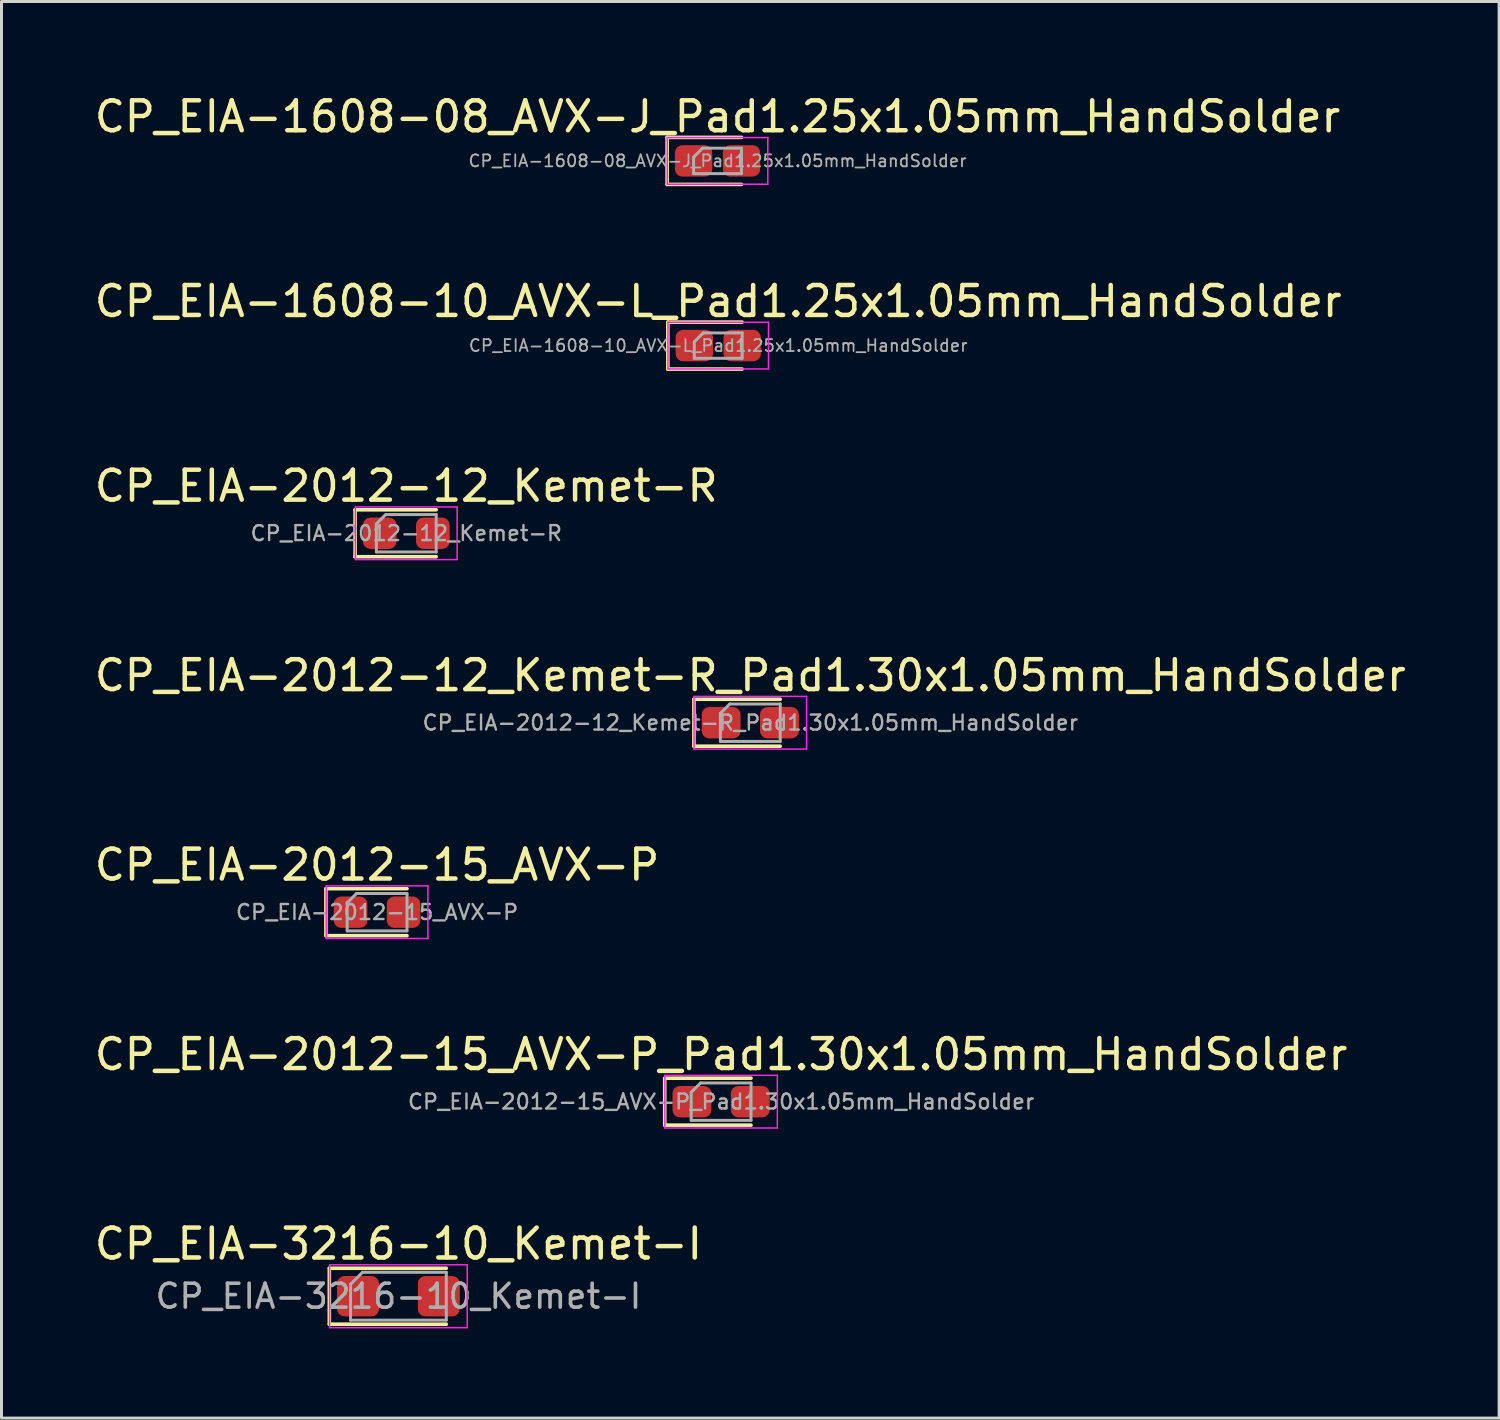
<source format=kicad_pcb>
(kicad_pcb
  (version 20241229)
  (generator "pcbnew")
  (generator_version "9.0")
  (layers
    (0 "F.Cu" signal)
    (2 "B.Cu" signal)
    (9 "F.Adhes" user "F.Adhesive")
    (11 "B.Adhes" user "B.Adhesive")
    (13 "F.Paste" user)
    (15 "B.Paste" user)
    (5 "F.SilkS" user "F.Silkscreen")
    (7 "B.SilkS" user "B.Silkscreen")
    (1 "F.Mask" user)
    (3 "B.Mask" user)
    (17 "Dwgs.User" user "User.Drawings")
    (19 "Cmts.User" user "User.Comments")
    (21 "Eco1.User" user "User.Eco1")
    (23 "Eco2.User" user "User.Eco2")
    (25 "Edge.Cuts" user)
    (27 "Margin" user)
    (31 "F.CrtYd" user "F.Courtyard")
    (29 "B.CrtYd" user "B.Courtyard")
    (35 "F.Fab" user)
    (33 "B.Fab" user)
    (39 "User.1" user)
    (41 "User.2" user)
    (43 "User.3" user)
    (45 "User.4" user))
  (footprint "CP_EIA-3216-10_Kemet-I"
    (layer "F.Cu")
    (at 10.268 40.278)
    (property "Reference" "CP_EIA-3216-10_Kemet-I" (at 0 -1.75 0) (layer "F.SilkS") (effects (font (size 1 1) (thickness 0.15))))
    (attr smd)
    (fp_line (start -2.31 -0.935) (end -2.31 0.935) (stroke (width 0.12) (type solid)) (layer "F.SilkS"))
    (fp_line (start -2.31 0.935) (end 1.6 0.935) (stroke (width 0.12) (type solid)) (layer "F.SilkS"))
    (fp_line (start 1.6 -0.935) (end -2.31 -0.935) (stroke (width 0.12) (type solid)) (layer "F.SilkS"))
    (fp_line (start -2.3 -1.05) (end 2.3 -1.05) (stroke (width 0.05) (type solid)) (layer "F.CrtYd"))
    (fp_line (start -2.3 1.05) (end -2.3 -1.05) (stroke (width 0.05) (type solid)) (layer "F.CrtYd"))
    (fp_line (start 2.3 -1.05) (end 2.3 1.05) (stroke (width 0.05) (type solid)) (layer "F.CrtYd"))
    (fp_line (start 2.3 1.05) (end -2.3 1.05) (stroke (width 0.05) (type solid)) (layer "F.CrtYd"))
    (fp_line (start -1.6 -0.4) (end -1.6 0.8) (stroke (width 0.1) (type solid)) (layer "F.Fab"))
    (fp_line (start -1.6 0.8) (end 1.6 0.8) (stroke (width 0.1) (type solid)) (layer "F.Fab"))
    (fp_line (start -1.2 -0.8) (end -1.6 -0.4) (stroke (width 0.1) (type solid)) (layer "F.Fab"))
    (fp_line (start 1.6 -0.8) (end -1.2 -0.8) (stroke (width 0.1) (type solid)) (layer "F.Fab"))
    (fp_line (start 1.6 0.8) (end 1.6 -0.8) (stroke (width 0.1) (type solid)) (layer "F.Fab"))
    (fp_text user "${REFERENCE}" (at 0 0 0) (layer "F.Fab") (effects (font (size 0.8 0.8) (thickness 0.12))))
    (pad "1" smd roundrect (at -1.35 0) (size 1.4 1.35) (layers "F.Cu" "F.Mask" "F.Paste") (roundrect_rratio 0.185))
    (pad "2" smd roundrect (at 1.35 0) (size 1.4 1.35) (layers "F.Cu" "F.Mask" "F.Paste") (roundrect_rratio 0.185)))
  (footprint "CP_EIA-2012-15_AVX-P_Pad1.30x1.05mm_HandSolder"
    (layer "F.Cu")
    (at 21.054 33.775)
    (property "Reference" "CP_EIA-2012-15_AVX-P_Pad1.30x1.05mm_HandSolder" (at 0 -1.58 0) (layer "F.SilkS") (effects (font (size 1 1) (thickness 0.15))))
    (attr smd)
    (fp_line (start -1.885 -0.785) (end -1.885 0.785) (stroke (width 0.12) (type solid)) (layer "F.SilkS"))
    (fp_line (start -1.885 0.785) (end 1 0.785) (stroke (width 0.12) (type solid)) (layer "F.SilkS"))
    (fp_line (start 1 -0.785) (end -1.885 -0.785) (stroke (width 0.12) (type solid)) (layer "F.SilkS"))
    (fp_line (start -1.88 -0.88) (end 1.88 -0.88) (stroke (width 0.05) (type solid)) (layer "F.CrtYd"))
    (fp_line (start -1.88 0.88) (end -1.88 -0.88) (stroke (width 0.05) (type solid)) (layer "F.CrtYd"))
    (fp_line (start 1.88 -0.88) (end 1.88 0.88) (stroke (width 0.05) (type solid)) (layer "F.CrtYd"))
    (fp_line (start 1.88 0.88) (end -1.88 0.88) (stroke (width 0.05) (type solid)) (layer "F.CrtYd"))
    (fp_line (start -1 -0.312) (end -1 0.625) (stroke (width 0.1) (type solid)) (layer "F.Fab"))
    (fp_line (start -1 0.625) (end 1 0.625) (stroke (width 0.1) (type solid)) (layer "F.Fab"))
    (fp_line (start -0.688 -0.625) (end -1 -0.312) (stroke (width 0.1) (type solid)) (layer "F.Fab"))
    (fp_line (start 1 -0.625) (end -0.688 -0.625) (stroke (width 0.1) (type solid)) (layer "F.Fab"))
    (fp_line (start 1 0.625) (end 1 -0.625) (stroke (width 0.1) (type solid)) (layer "F.Fab"))
    (fp_text user "${REFERENCE}" (at 0 0 0) (layer "F.Fab") (effects (font (size 0.5 0.5) (thickness 0.08))))
    (pad "1" smd roundrect (at -0.975 0) (size 1.3 1.05) (layers "F.Cu" "F.Mask" "F.Paste") (roundrect_rratio 0.238))
    (pad "2" smd roundrect (at 0.975 0) (size 1.3 1.05) (layers "F.Cu" "F.Mask" "F.Paste") (roundrect_rratio 0.238)))
  (footprint "CP_EIA-2012-12_Kemet-R"
    (layer "F.Cu")
    (at 10.53 14.775)
    (property "Reference" "CP_EIA-2012-12_Kemet-R" (at 0 -1.58 0) (layer "F.SilkS") (effects (font (size 1 1) (thickness 0.15))))
    (attr smd)
    (fp_line (start -1.71 -0.785) (end -1.71 0.785) (stroke (width 0.12) (type solid)) (layer "F.SilkS"))
    (fp_line (start -1.71 0.785) (end 1 0.785) (stroke (width 0.12) (type solid)) (layer "F.SilkS"))
    (fp_line (start 1 -0.785) (end -1.71 -0.785) (stroke (width 0.12) (type solid)) (layer "F.SilkS"))
    (fp_line (start -1.7 -0.88) (end 1.7 -0.88) (stroke (width 0.05) (type solid)) (layer "F.CrtYd"))
    (fp_line (start -1.7 0.88) (end -1.7 -0.88) (stroke (width 0.05) (type solid)) (layer "F.CrtYd"))
    (fp_line (start 1.7 -0.88) (end 1.7 0.88) (stroke (width 0.05) (type solid)) (layer "F.CrtYd"))
    (fp_line (start 1.7 0.88) (end -1.7 0.88) (stroke (width 0.05) (type solid)) (layer "F.CrtYd"))
    (fp_line (start -1 -0.312) (end -1 0.625) (stroke (width 0.1) (type solid)) (layer "F.Fab"))
    (fp_line (start -1 0.625) (end 1 0.625) (stroke (width 0.1) (type solid)) (layer "F.Fab"))
    (fp_line (start -0.688 -0.625) (end -1 -0.312) (stroke (width 0.1) (type solid)) (layer "F.Fab"))
    (fp_line (start 1 -0.625) (end -0.688 -0.625) (stroke (width 0.1) (type solid)) (layer "F.Fab"))
    (fp_line (start 1 0.625) (end 1 -0.625) (stroke (width 0.1) (type solid)) (layer "F.Fab"))
    (fp_text user "${REFERENCE}" (at 0 0 0) (layer "F.Fab") (effects (font (size 0.5 0.5) (thickness 0.08))))
    (pad "1" smd roundrect (at -0.887 0) (size 1.125 1.05) (layers "F.Cu" "F.Mask" "F.Paste") (roundrect_rratio 0.238))
    (pad "2" smd roundrect (at 0.887 0) (size 1.125 1.05) (layers "F.Cu" "F.Mask" "F.Paste") (roundrect_rratio 0.238)))
  (footprint "CP_EIA-2012-15_AVX-P"
    (layer "F.Cu")
    (at 9.554 27.441)
    (property "Reference" "CP_EIA-2012-15_AVX-P" (at 0 -1.58 0) (layer "F.SilkS") (effects (font (size 1 1) (thickness 0.15))))
    (attr smd)
    (fp_line (start -1.71 -0.785) (end -1.71 0.785) (stroke (width 0.12) (type solid)) (layer "F.SilkS"))
    (fp_line (start -1.71 0.785) (end 1 0.785) (stroke (width 0.12) (type solid)) (layer "F.SilkS"))
    (fp_line (start 1 -0.785) (end -1.71 -0.785) (stroke (width 0.12) (type solid)) (layer "F.SilkS"))
    (fp_line (start -1.7 -0.88) (end 1.7 -0.88) (stroke (width 0.05) (type solid)) (layer "F.CrtYd"))
    (fp_line (start -1.7 0.88) (end -1.7 -0.88) (stroke (width 0.05) (type solid)) (layer "F.CrtYd"))
    (fp_line (start 1.7 -0.88) (end 1.7 0.88) (stroke (width 0.05) (type solid)) (layer "F.CrtYd"))
    (fp_line (start 1.7 0.88) (end -1.7 0.88) (stroke (width 0.05) (type solid)) (layer "F.CrtYd"))
    (fp_line (start -1 -0.312) (end -1 0.625) (stroke (width 0.1) (type solid)) (layer "F.Fab"))
    (fp_line (start -1 0.625) (end 1 0.625) (stroke (width 0.1) (type solid)) (layer "F.Fab"))
    (fp_line (start -0.688 -0.625) (end -1 -0.312) (stroke (width 0.1) (type solid)) (layer "F.Fab"))
    (fp_line (start 1 -0.625) (end -0.688 -0.625) (stroke (width 0.1) (type solid)) (layer "F.Fab"))
    (fp_line (start 1 0.625) (end 1 -0.625) (stroke (width 0.1) (type solid)) (layer "F.Fab"))
    (fp_text user "${REFERENCE}" (at 0 0 0) (layer "F.Fab") (effects (font (size 0.5 0.5) (thickness 0.08))))
    (pad "1" smd roundrect (at -0.887 0) (size 1.125 1.05) (layers "F.Cu" "F.Mask" "F.Paste") (roundrect_rratio 0.238))
    (pad "2" smd roundrect (at 0.887 0) (size 1.125 1.05) (layers "F.Cu" "F.Mask" "F.Paste") (roundrect_rratio 0.238)))
  (footprint "CP_EIA-2012-12_Kemet-R_Pad1.30x1.05mm_HandSolder"
    (layer "F.Cu")
    (at 22.03 21.108)
    (property "Reference" "CP_EIA-2012-12_Kemet-R_Pad1.30x1.05mm_HandSolder" (at 0 -1.58 0) (layer "F.SilkS") (effects (font (size 1 1) (thickness 0.15))))
    (attr smd)
    (fp_line (start -1.885 -0.785) (end -1.885 0.785) (stroke (width 0.12) (type solid)) (layer "F.SilkS"))
    (fp_line (start -1.885 0.785) (end 1 0.785) (stroke (width 0.12) (type solid)) (layer "F.SilkS"))
    (fp_line (start 1 -0.785) (end -1.885 -0.785) (stroke (width 0.12) (type solid)) (layer "F.SilkS"))
    (fp_line (start -1.88 -0.88) (end 1.88 -0.88) (stroke (width 0.05) (type solid)) (layer "F.CrtYd"))
    (fp_line (start -1.88 0.88) (end -1.88 -0.88) (stroke (width 0.05) (type solid)) (layer "F.CrtYd"))
    (fp_line (start 1.88 -0.88) (end 1.88 0.88) (stroke (width 0.05) (type solid)) (layer "F.CrtYd"))
    (fp_line (start 1.88 0.88) (end -1.88 0.88) (stroke (width 0.05) (type solid)) (layer "F.CrtYd"))
    (fp_line (start -1 -0.312) (end -1 0.625) (stroke (width 0.1) (type solid)) (layer "F.Fab"))
    (fp_line (start -1 0.625) (end 1 0.625) (stroke (width 0.1) (type solid)) (layer "F.Fab"))
    (fp_line (start -0.688 -0.625) (end -1 -0.312) (stroke (width 0.1) (type solid)) (layer "F.Fab"))
    (fp_line (start 1 -0.625) (end -0.688 -0.625) (stroke (width 0.1) (type solid)) (layer "F.Fab"))
    (fp_line (start 1 0.625) (end 1 -0.625) (stroke (width 0.1) (type solid)) (layer "F.Fab"))
    (fp_text user "${REFERENCE}" (at 0 0 0) (layer "F.Fab") (effects (font (size 0.5 0.5) (thickness 0.08))))
    (pad "1" smd roundrect (at -0.975 0) (size 1.3 1.05) (layers "F.Cu" "F.Mask" "F.Paste") (roundrect_rratio 0.238))
    (pad "2" smd roundrect (at 0.975 0) (size 1.3 1.05) (layers "F.Cu" "F.Mask" "F.Paste") (roundrect_rratio 0.238)))
  (footprint "CP_EIA-1608-10_AVX-L_Pad1.25x1.05mm_HandSolder"
    (layer "F.Cu")
    (at 20.958 8.502)
    (property "Reference" "CP_EIA-1608-10_AVX-L_Pad1.25x1.05mm_HandSolder" (at 0 -1.48 0) (layer "F.SilkS") (effects (font (size 1 1) (thickness 0.15))))
    (attr smd)
    (fp_line (start -1.685 -0.785) (end -1.685 0.785) (stroke (width 0.12) (type solid)) (layer "F.SilkS"))
    (fp_line (start -1.685 0.785) (end 0.8 0.785) (stroke (width 0.12) (type solid)) (layer "F.SilkS"))
    (fp_line (start 0.8 -0.785) (end -1.685 -0.785) (stroke (width 0.12) (type solid)) (layer "F.SilkS"))
    (fp_line (start -1.68 -0.78) (end 1.68 -0.78) (stroke (width 0.05) (type solid)) (layer "F.CrtYd"))
    (fp_line (start -1.68 0.78) (end -1.68 -0.78) (stroke (width 0.05) (type solid)) (layer "F.CrtYd"))
    (fp_line (start 1.68 -0.78) (end 1.68 0.78) (stroke (width 0.05) (type solid)) (layer "F.CrtYd"))
    (fp_line (start 1.68 0.78) (end -1.68 0.78) (stroke (width 0.05) (type solid)) (layer "F.CrtYd"))
    (fp_line (start -0.8 -0.125) (end -0.8 0.425) (stroke (width 0.1) (type solid)) (layer "F.Fab"))
    (fp_line (start -0.8 0.425) (end 0.8 0.425) (stroke (width 0.1) (type solid)) (layer "F.Fab"))
    (fp_line (start -0.5 -0.425) (end -0.8 -0.125) (stroke (width 0.1) (type solid)) (layer "F.Fab"))
    (fp_line (start 0.8 -0.425) (end -0.5 -0.425) (stroke (width 0.1) (type solid)) (layer "F.Fab"))
    (fp_line (start 0.8 0.425) (end 0.8 -0.425) (stroke (width 0.1) (type solid)) (layer "F.Fab"))
    (fp_text user "${REFERENCE}" (at 0 0 0) (layer "F.Fab") (effects (font (size 0.4 0.4) (thickness 0.06))))
    (pad "1" smd roundrect (at -0.8 0) (size 1.25 1.05) (layers "F.Cu" "F.Mask" "F.Paste") (roundrect_rratio 0.238))
    (pad "2" smd roundrect (at 0.8 0) (size 1.25 1.05) (layers "F.Cu" "F.Mask" "F.Paste") (roundrect_rratio 0.238)))
  (footprint "CP_EIA-1608-08_AVX-J_Pad1.25x1.05mm_HandSolder"
    (layer "F.Cu")
    (at 20.935 2.328)
    (property "Reference" "CP_EIA-1608-08_AVX-J_Pad1.25x1.05mm_HandSolder" (at 0 -1.48 0) (layer "F.SilkS") (effects (font (size 1 1) (thickness 0.15))))
    (attr smd)
    (fp_line (start -1.685 -0.785) (end -1.685 0.785) (stroke (width 0.12) (type solid)) (layer "F.SilkS"))
    (fp_line (start -1.685 0.785) (end 0.8 0.785) (stroke (width 0.12) (type solid)) (layer "F.SilkS"))
    (fp_line (start 0.8 -0.785) (end -1.685 -0.785) (stroke (width 0.12) (type solid)) (layer "F.SilkS"))
    (fp_line (start -1.68 -0.78) (end 1.68 -0.78) (stroke (width 0.05) (type solid)) (layer "F.CrtYd"))
    (fp_line (start -1.68 0.78) (end -1.68 -0.78) (stroke (width 0.05) (type solid)) (layer "F.CrtYd"))
    (fp_line (start 1.68 -0.78) (end 1.68 0.78) (stroke (width 0.05) (type solid)) (layer "F.CrtYd"))
    (fp_line (start 1.68 0.78) (end -1.68 0.78) (stroke (width 0.05) (type solid)) (layer "F.CrtYd"))
    (fp_line (start -0.8 -0.125) (end -0.8 0.425) (stroke (width 0.1) (type solid)) (layer "F.Fab"))
    (fp_line (start -0.8 0.425) (end 0.8 0.425) (stroke (width 0.1) (type solid)) (layer "F.Fab"))
    (fp_line (start -0.5 -0.425) (end -0.8 -0.125) (stroke (width 0.1) (type solid)) (layer "F.Fab"))
    (fp_line (start 0.8 -0.425) (end -0.5 -0.425) (stroke (width 0.1) (type solid)) (layer "F.Fab"))
    (fp_line (start 0.8 0.425) (end 0.8 -0.425) (stroke (width 0.1) (type solid)) (layer "F.Fab"))
    (fp_text user "${REFERENCE}" (at 0 0 0) (layer "F.Fab") (effects (font (size 0.4 0.4) (thickness 0.06))))
    (pad "1" smd roundrect (at -0.8 0) (size 1.25 1.05) (layers "F.Cu" "F.Mask" "F.Paste") (roundrect_rratio 0.238))
    (pad "2" smd roundrect (at 0.8 0) (size 1.25 1.05) (layers "F.Cu" "F.Mask" "F.Paste") (roundrect_rratio 0.238)))
  (gr_rect
    (start -3 -3)
    (end 47.06 44.353)
    (stroke (width 0.1) (type default))
    (fill no)
    (layer "Edge.Cuts")))
</source>
